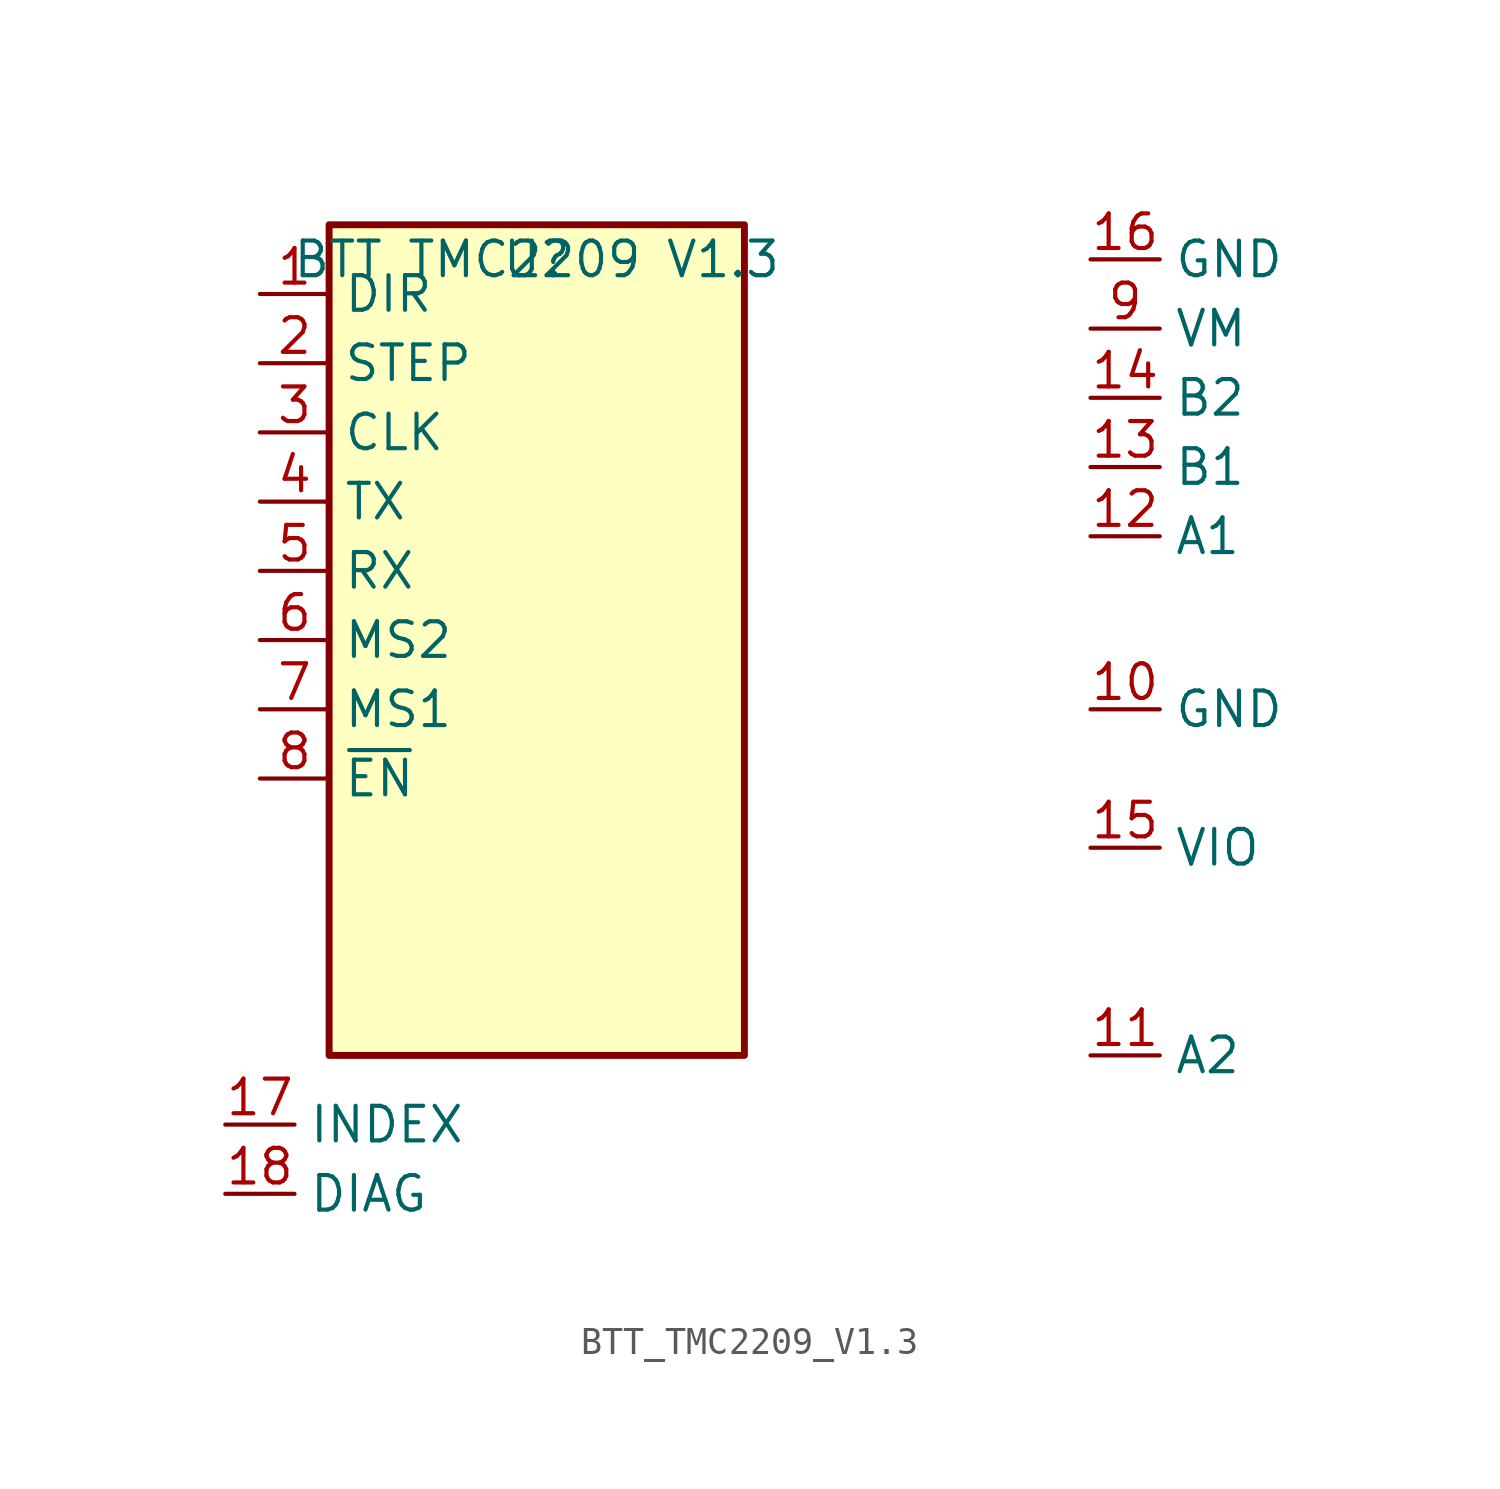
<source format=kicad_sym>
(kicad_symbol_lib
  (version 20241209)
  (generator "kicad_symbol_editor")
  (generator_version "9.0")
  (symbol "BTT_TMC2209_V1.3"
    (property "Reference" "U"
      (at 0 0 0)
      (effects (font (size 1.27 1.27))))
    (property "Value" "BTT TMC2209 V1.3"
      (at 0 0 0)
      (effects (font (size 1.27 1.27))))
    (symbol "BTT_TMC2209_V1.3_1_0"
      (pin output line (at -11.43 -31.75 0) (length 2.54) (name "INDEX" (effects (font (size 1.27 1.27)))) (number "17" (effects (font (size 1.27 1.27)))))
      (pin output line (at -11.43 -34.29 0) (length 2.54) (name "DIAG" (effects (font (size 1.27 1.27)))) (number "18" (effects (font (size 1.27 1.27)))))
      (pin input line (at -10.16 -1.27 0) (length 2.54) (name "DIR" (effects (font (size 1.27 1.27)))) (number "1" (effects (font (size 1.27 1.27)))))
      (pin input line (at -10.16 -3.81 0) (length 2.54) (name "STEP" (effects (font (size 1.27 1.27)))) (number "2" (effects (font (size 1.27 1.27)))))
      (pin input line (at -10.16 -6.35 0) (length 2.54) (name "CLK" (effects (font (size 1.27 1.27)))) (number "3" (effects (font (size 1.27 1.27)))))
      (pin output line (at -10.16 -8.89 0) (length 2.54) (name "TX" (effects (font (size 1.27 1.27)))) (number "4" (effects (font (size 1.27 1.27)))))
      (pin input line (at -10.16 -11.43 0) (length 2.54) (name "RX" (effects (font (size 1.27 1.27)))) (number "5" (effects (font (size 1.27 1.27)))))
      (pin input line (at -10.16 -13.97 0) (length 2.54) (name "MS2" (effects (font (size 1.27 1.27)))) (number "6" (effects (font (size 1.27 1.27)))))
      (pin input line (at -10.16 -16.51 0) (length 2.54) (name "MS1" (effects (font (size 1.27 1.27)))) (number "7" (effects (font (size 1.27 1.27)))))
      (pin input line (at -10.16 -19.05 0) (length 2.54) (name "~{EN}" (effects (font (size 1.27 1.27)))) (number "8" (effects (font (size 1.27 1.27)))))
      (pin power_in line (at 20.32 0 0) (length 2.54) (name "GND" (effects (font (size 1.27 1.27)))) (number "16" (effects (font (size 1.27 1.27)))))
      (pin power_in line (at 20.32 -2.54 0) (length 2.54) (name "VM" (effects (font (size 1.27 1.27)))) (number "9" (effects (font (size 1.27 1.27)))))
      (pin output line (at 20.32 -5.08 0) (length 2.54) (name "B2" (effects (font (size 1.27 1.27)))) (number "14" (effects (font (size 1.27 1.27)))))
      (pin output line (at 20.32 -7.62 0) (length 2.54) (name "B1" (effects (font (size 1.27 1.27)))) (number "13" (effects (font (size 1.27 1.27)))))
      (pin output line (at 20.32 -10.16 0) (length 2.54) (name "A1" (effects (font (size 1.27 1.27)))) (number "12" (effects (font (size 1.27 1.27)))))
      (pin power_in line (at 20.32 -16.51 0) (length 2.54) (name "GND" (effects (font (size 1.27 1.27)))) (number "10" (effects (font (size 1.27 1.27)))))
      (pin power_in line (at 20.32 -21.59 0) (length 2.54) (name "VIO" (effects (font (size 1.27 1.27)))) (number "15" (effects (font (size 1.27 1.27)))))
      (pin output line (at 20.32 -29.21 0) (length 2.54) (name "A2" (effects (font (size 1.27 1.27)))) (number "11" (effects (font (size 1.27 1.27))))))
    (symbol "BTT_TMC2209_V1.3_1_1"
      (rectangle (start -7.62 1.27) (end 7.62 -29.21) (stroke (width 0.254) (type default)) (fill (type background))))))
</source>
